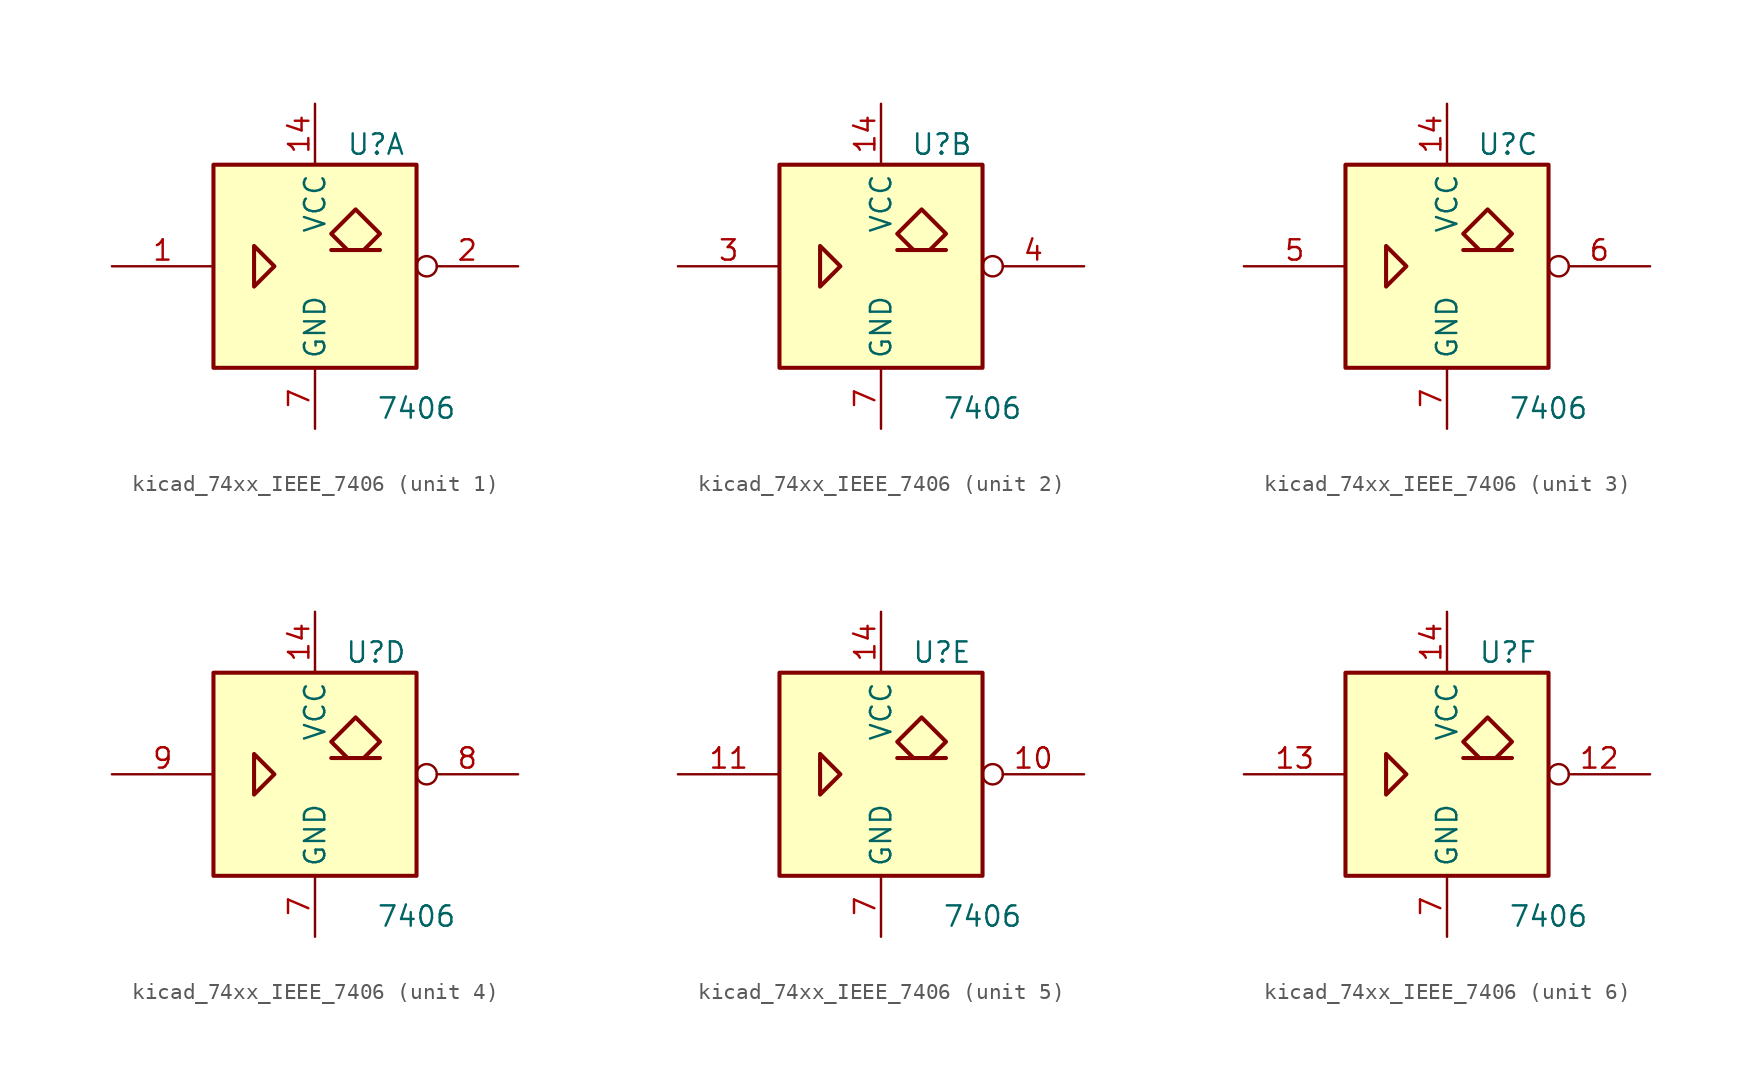
<source format=kicad_sym>
(kicad_symbol_lib
  (version 20220914)
  (generator kicad_symbol_editor)
  (symbol "kicad_74xx_IEEE_7406"
    (property "Reference" "U"
      (at 3.81 7.62 0)
      (effects (font (size 1.27 1.27))))
    (property "Value" "7406"
      (at 6.35 -8.89 0)
      (effects (font (size 1.27 1.27))))
    (symbol "kicad_74xx_IEEE_7406_0_0"
      (polyline (pts (xy -3.81 1.27) (xy -3.81 -1.27) (xy -2.54 0) (xy -3.81 1.27) (xy -3.81 1.27)) (stroke (width 0.254) (type default)) (fill (type background)))
      (polyline (pts (xy 3.048 1.016) (xy 4.064 2.032) (xy 2.54 3.556) (xy 1.016 2.032) (xy 2.032 1.016) (xy 1.016 1.016) (xy 4.064 1.016) (xy 4.064 1.016)) (stroke (width 0.254) (type default)) (fill (type background))))
    (symbol "kicad_74xx_IEEE_7406_0_1"
      (rectangle (start -6.35 6.35) (end 6.35 -6.35) (stroke (width 0.254) (type default)) (fill (type background)))
      (pin power_in line (at 0 10.16 270) (length 3.81) (name "VCC" (effects (font (size 1.27 1.27)))) (number "14" (effects (font (size 1.27 1.27)))))
      (pin power_in line (at 0 -10.16 90) (length 3.81) (name "GND" (effects (font (size 1.27 1.27)))) (number "7" (effects (font (size 1.27 1.27))))))
    (symbol "kicad_74xx_IEEE_7406_1_1"
      (pin input line (at -12.7 0 0) (length 6.35) (name "~" (effects (font (size 1.27 1.27)))) (number "1" (effects (font (size 1.27 1.27)))))
      (pin open_collector inverted (at 12.7 0 180) (length 6.35) (name "~" (effects (font (size 1.27 1.27)))) (number "2" (effects (font (size 1.27 1.27))))))
    (symbol "kicad_74xx_IEEE_7406_2_1"
      (pin input line (at -12.7 0 0) (length 6.35) (name "~" (effects (font (size 1.27 1.27)))) (number "3" (effects (font (size 1.27 1.27)))))
      (pin open_collector inverted (at 12.7 0 180) (length 6.35) (name "~" (effects (font (size 1.27 1.27)))) (number "4" (effects (font (size 1.27 1.27))))))
    (symbol "kicad_74xx_IEEE_7406_3_1"
      (pin input line (at -12.7 0 0) (length 6.35) (name "~" (effects (font (size 1.27 1.27)))) (number "5" (effects (font (size 1.27 1.27)))))
      (pin open_collector inverted (at 12.7 0 180) (length 6.35) (name "~" (effects (font (size 1.27 1.27)))) (number "6" (effects (font (size 1.27 1.27))))))
    (symbol "kicad_74xx_IEEE_7406_4_1"
      (pin open_collector inverted (at 12.7 0 180) (length 6.35) (name "~" (effects (font (size 1.27 1.27)))) (number "8" (effects (font (size 1.27 1.27)))))
      (pin input line (at -12.7 0 0) (length 6.35) (name "~" (effects (font (size 1.27 1.27)))) (number "9" (effects (font (size 1.27 1.27))))))
    (symbol "kicad_74xx_IEEE_7406_5_1"
      (pin open_collector inverted (at 12.7 0 180) (length 6.35) (name "~" (effects (font (size 1.27 1.27)))) (number "10" (effects (font (size 1.27 1.27)))))
      (pin input line (at -12.7 0 0) (length 6.35) (name "~" (effects (font (size 1.27 1.27)))) (number "11" (effects (font (size 1.27 1.27))))))
    (symbol "kicad_74xx_IEEE_7406_6_1"
      (pin open_collector inverted (at 12.7 0 180) (length 6.35) (name "~" (effects (font (size 1.27 1.27)))) (number "12" (effects (font (size 1.27 1.27)))))
      (pin input line (at -12.7 0 0) (length 6.35) (name "~" (effects (font (size 1.27 1.27)))) (number "13" (effects (font (size 1.27 1.27))))))))
</source>
